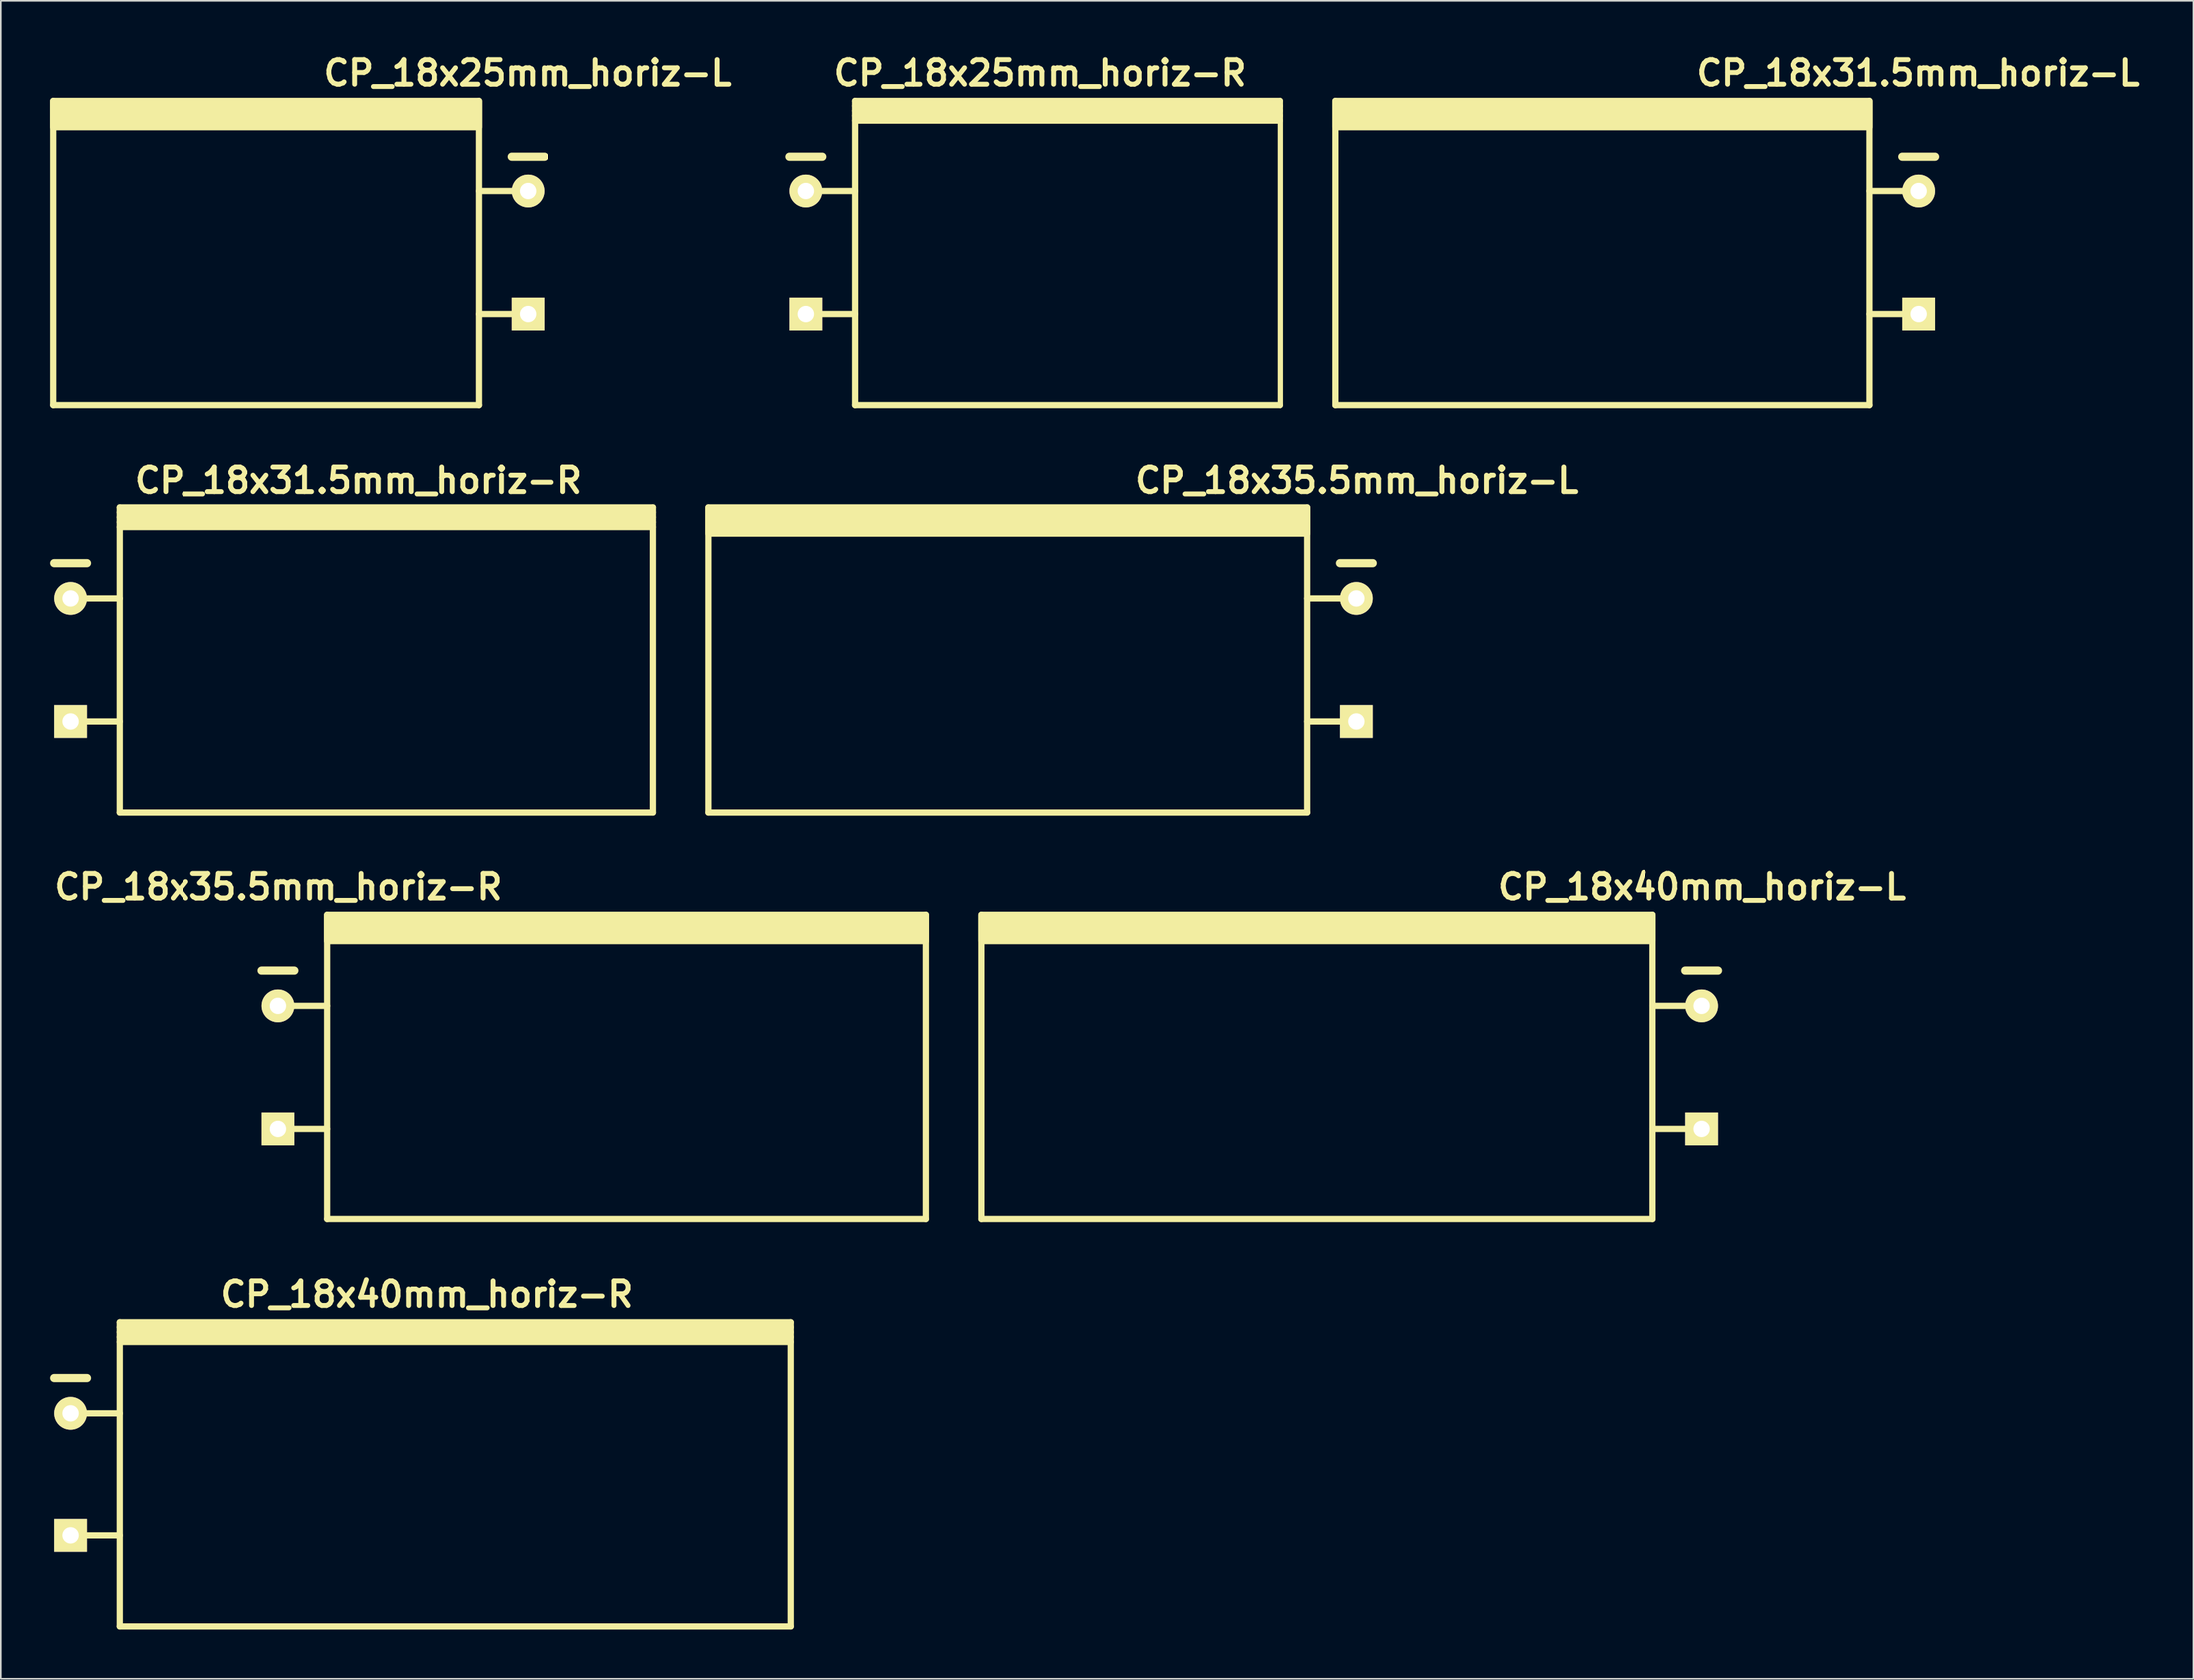
<source format=kicad_pcb>
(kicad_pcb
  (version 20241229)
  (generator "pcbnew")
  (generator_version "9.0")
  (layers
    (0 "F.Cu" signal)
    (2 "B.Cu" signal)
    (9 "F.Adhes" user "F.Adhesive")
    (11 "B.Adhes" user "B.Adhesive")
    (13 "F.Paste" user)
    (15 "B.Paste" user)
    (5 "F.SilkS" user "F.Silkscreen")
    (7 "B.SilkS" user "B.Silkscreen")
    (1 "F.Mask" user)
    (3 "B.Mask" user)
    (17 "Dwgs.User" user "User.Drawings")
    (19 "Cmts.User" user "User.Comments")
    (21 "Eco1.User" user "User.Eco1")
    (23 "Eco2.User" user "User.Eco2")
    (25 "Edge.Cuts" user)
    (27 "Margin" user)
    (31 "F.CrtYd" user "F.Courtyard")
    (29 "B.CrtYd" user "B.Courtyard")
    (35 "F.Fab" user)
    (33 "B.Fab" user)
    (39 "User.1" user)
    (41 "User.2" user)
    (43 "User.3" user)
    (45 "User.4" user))
  (footprint "CP_18x31.5mm_horiz-L"
    (layer "F.Cu")
    (at 114.15 12.404)
    (property "Reference" "CP_18x31.5mm_horiz-L" (at 0 -11 0) (layer "F.SilkS") (effects (font (size 1.5 1.5) (thickness 0.3))))
    (attr through_hole)
    (fp_line (start -35.6 9.3) (end -35.6 -9.3) (stroke (width 0.381) (type solid)) (layer "F.SilkS"))
    (fp_line (start -3 -9.3) (end -3 9.3) (stroke (width 0.381) (type solid)) (layer "F.SilkS"))
    (fp_line (start -3 -3.75) (end 0 -3.75) (stroke (width 0.381) (type solid)) (layer "F.SilkS"))
    (fp_line (start -3 3.75) (end 0 3.75) (stroke (width 0.381) (type solid)) (layer "F.SilkS"))
    (fp_line (start -3 9.3) (end -35.6 9.3) (stroke (width 0.381) (type solid)) (layer "F.SilkS"))
    (fp_line (start -1 -5.9) (end 1 -5.9) (stroke (width 0.5) (type solid)) (layer "F.SilkS"))
    (fp_poly (pts (xy -3 -7.7) (xy -35.6 -7.7) (xy -35.6 -9.3) (xy -3 -9.3)) (stroke (width 0.381) (type solid)) (fill yes) (layer "F.SilkS"))
    (pad "1" thru_hole rect (at 0 3.75) (size 2 2) (drill 1) (layers "*.Cu" "*.Mask" "F.SilkS"))
    (pad "2" thru_hole circle (at 0 -3.75) (size 2 2) (drill 1) (layers "*.Cu" "*.Mask" "F.SilkS")))
  (footprint "CP_18x40mm_horiz-L"
    (layer "F.Cu")
    (at 100.924 62.193)
    (property "Reference" "CP_18x40mm_horiz-L" (at 0 -11 0) (layer "F.SilkS") (effects (font (size 1.5 1.5) (thickness 0.3))))
    (attr through_hole)
    (fp_line (start -44 9.3) (end -44 -9.3) (stroke (width 0.381) (type solid)) (layer "F.SilkS"))
    (fp_line (start -3 -9.3) (end -3 9.3) (stroke (width 0.381) (type solid)) (layer "F.SilkS"))
    (fp_line (start -3 -3.75) (end 0 -3.75) (stroke (width 0.381) (type solid)) (layer "F.SilkS"))
    (fp_line (start -3 3.75) (end 0 3.75) (stroke (width 0.381) (type solid)) (layer "F.SilkS"))
    (fp_line (start -3 9.3) (end -44 9.3) (stroke (width 0.381) (type solid)) (layer "F.SilkS"))
    (fp_line (start -1 -5.9) (end 1 -5.9) (stroke (width 0.5) (type solid)) (layer "F.SilkS"))
    (fp_poly (pts (xy -3 -7.7) (xy -44 -7.7) (xy -44 -9.3) (xy -3 -9.3)) (stroke (width 0.381) (type solid)) (fill yes) (layer "F.SilkS"))
    (pad "1" thru_hole rect (at 0 3.75) (size 2 2) (drill 1) (layers "*.Cu" "*.Mask" "F.SilkS"))
    (pad "2" thru_hole circle (at 0 -3.75) (size 2 2) (drill 1) (layers "*.Cu" "*.Mask" "F.SilkS")))
  (footprint "CP_18x40mm_horiz-R"
    (layer "F.Cu")
    (at 23.05 87.088)
    (property "Reference" "CP_18x40mm_horiz-R" (at 0 -11 0) (layer "F.SilkS") (effects (font (size 1.5 1.5) (thickness 0.3))))
    (attr through_hole)
    (fp_line (start -22.8 -5.9) (end -20.8 -5.9) (stroke (width 0.5) (type solid)) (layer "F.SilkS"))
    (fp_line (start -21.8 -3.75) (end -18.8 -3.75) (stroke (width 0.381) (type solid)) (layer "F.SilkS"))
    (fp_line (start -21.8 3.75) (end -18.8 3.75) (stroke (width 0.381) (type solid)) (layer "F.SilkS"))
    (fp_line (start -18.8 -9) (end 22.2 -9) (stroke (width 0.381) (type solid)) (layer "F.SilkS"))
    (fp_line (start -18.8 -8.7) (end 22.2 -8.7) (stroke (width 0.381) (type solid)) (layer "F.SilkS"))
    (fp_line (start -18.8 -8.4) (end 22.2 -8.4) (stroke (width 0.381) (type solid)) (layer "F.SilkS"))
    (fp_line (start -18.8 -8.1) (end 22.2 -8.1) (stroke (width 0.381) (type solid)) (layer "F.SilkS"))
    (fp_line (start -18.8 9.3) (end -18.8 -9.3) (stroke (width 0.381) (type solid)) (layer "F.SilkS"))
    (fp_line (start 22.2 -9.3) (end -18.8 -9.3) (stroke (width 0.381) (type solid)) (layer "F.SilkS"))
    (fp_line (start 22.2 -9.3) (end 22.2 9.3) (stroke (width 0.381) (type solid)) (layer "F.SilkS"))
    (fp_line (start 22.2 9.3) (end -18.8 9.3) (stroke (width 0.381) (type solid)) (layer "F.SilkS"))
    (pad "1" thru_hole rect (at -21.8 3.75) (size 2 2) (drill 1) (layers "*.Cu" "*.Mask" "F.SilkS"))
    (pad "2" thru_hole circle (at -21.8 -3.75) (size 2 2) (drill 1) (layers "*.Cu" "*.Mask" "F.SilkS")))
  (footprint "CP_18x25mm_horiz-L"
    (layer "F.Cu")
    (at 29.191 12.404)
    (property "Reference" "CP_18x25mm_horiz-L" (at 0 -11 0) (layer "F.SilkS") (effects (font (size 1.5 1.5) (thickness 0.3))))
    (attr through_hole)
    (fp_line (start -29 9.3) (end -29 -9.3) (stroke (width 0.381) (type solid)) (layer "F.SilkS"))
    (fp_line (start -3 -9.3) (end -3 9.3) (stroke (width 0.381) (type solid)) (layer "F.SilkS"))
    (fp_line (start -3 -3.75) (end 0 -3.75) (stroke (width 0.381) (type solid)) (layer "F.SilkS"))
    (fp_line (start -3 3.75) (end 0 3.75) (stroke (width 0.381) (type solid)) (layer "F.SilkS"))
    (fp_line (start -3 9.3) (end -29 9.3) (stroke (width 0.381) (type solid)) (layer "F.SilkS"))
    (fp_line (start -1 -5.9) (end 1 -5.9) (stroke (width 0.5) (type solid)) (layer "F.SilkS"))
    (fp_poly (pts (xy -3 -7.7) (xy -29 -7.7) (xy -29 -9.3) (xy -3 -9.3)) (stroke (width 0.381) (type solid)) (fill yes) (layer "F.SilkS"))
    (pad "1" thru_hole rect (at 0 3.75) (size 2 2) (drill 1) (layers "*.Cu" "*.Mask" "F.SilkS"))
    (pad "2" thru_hole circle (at 0 -3.75) (size 2 2) (drill 1) (layers "*.Cu" "*.Mask" "F.SilkS")))
  (footprint "CP_18x31.5mm_horiz-R"
    (layer "F.Cu")
    (at 18.85 37.298)
    (property "Reference" "CP_18x31.5mm_horiz-R" (at 0 -11 0) (layer "F.SilkS") (effects (font (size 1.5 1.5) (thickness 0.3))))
    (attr through_hole)
    (fp_line (start -18.6 -5.9) (end -16.6 -5.9) (stroke (width 0.5) (type solid)) (layer "F.SilkS"))
    (fp_line (start -17.6 -3.75) (end -14.6 -3.75) (stroke (width 0.381) (type solid)) (layer "F.SilkS"))
    (fp_line (start -17.6 3.75) (end -14.6 3.75) (stroke (width 0.381) (type solid)) (layer "F.SilkS"))
    (fp_line (start -14.6 -9) (end 18 -9) (stroke (width 0.381) (type solid)) (layer "F.SilkS"))
    (fp_line (start -14.6 -8.7) (end 18 -8.7) (stroke (width 0.381) (type solid)) (layer "F.SilkS"))
    (fp_line (start -14.6 -8.4) (end 18 -8.4) (stroke (width 0.381) (type solid)) (layer "F.SilkS"))
    (fp_line (start -14.6 -8.1) (end 18 -8.1) (stroke (width 0.381) (type solid)) (layer "F.SilkS"))
    (fp_line (start -14.6 9.3) (end -14.6 -9.3) (stroke (width 0.381) (type solid)) (layer "F.SilkS"))
    (fp_line (start 18 -9.3) (end -14.6 -9.3) (stroke (width 0.381) (type solid)) (layer "F.SilkS"))
    (fp_line (start 18 -9.3) (end 18 9.3) (stroke (width 0.381) (type solid)) (layer "F.SilkS"))
    (fp_line (start 18 9.3) (end -14.6 9.3) (stroke (width 0.381) (type solid)) (layer "F.SilkS"))
    (pad "1" thru_hole rect (at -17.6 3.75) (size 2 2) (drill 1) (layers "*.Cu" "*.Mask" "F.SilkS"))
    (pad "2" thru_hole circle (at -17.6 -3.75) (size 2 2) (drill 1) (layers "*.Cu" "*.Mask" "F.SilkS")))
  (footprint "CP_18x25mm_horiz-R"
    (layer "F.Cu")
    (at 60.469 12.404)
    (property "Reference" "CP_18x25mm_horiz-R" (at 0 -11 0) (layer "F.SilkS") (effects (font (size 1.5 1.5) (thickness 0.3))))
    (attr through_hole)
    (fp_line (start -15.3 -5.9) (end -13.3 -5.9) (stroke (width 0.5) (type solid)) (layer "F.SilkS"))
    (fp_line (start -14.3 -3.75) (end -11.3 -3.75) (stroke (width 0.381) (type solid)) (layer "F.SilkS"))
    (fp_line (start -14.3 3.75) (end -11.3 3.75) (stroke (width 0.381) (type solid)) (layer "F.SilkS"))
    (fp_line (start -11.3 -9) (end 14.7 -9) (stroke (width 0.381) (type solid)) (layer "F.SilkS"))
    (fp_line (start -11.3 -8.7) (end 14.7 -8.7) (stroke (width 0.381) (type solid)) (layer "F.SilkS"))
    (fp_line (start -11.3 -8.4) (end 14.7 -8.4) (stroke (width 0.381) (type solid)) (layer "F.SilkS"))
    (fp_line (start -11.3 -8.1) (end 14.7 -8.1) (stroke (width 0.381) (type solid)) (layer "F.SilkS"))
    (fp_line (start -11.3 9.3) (end -11.3 -9.3) (stroke (width 0.381) (type solid)) (layer "F.SilkS"))
    (fp_line (start 14.7 -9.3) (end -11.3 -9.3) (stroke (width 0.381) (type solid)) (layer "F.SilkS"))
    (fp_line (start 14.7 -9.3) (end 14.7 9.3) (stroke (width 0.381) (type solid)) (layer "F.SilkS"))
    (fp_line (start 14.7 9.3) (end -11.3 9.3) (stroke (width 0.381) (type solid)) (layer "F.SilkS"))
    (pad "1" thru_hole rect (at -14.3 3.75) (size 2 2) (drill 1) (layers "*.Cu" "*.Mask" "F.SilkS"))
    (pad "2" thru_hole circle (at -14.3 -3.75) (size 2 2) (drill 1) (layers "*.Cu" "*.Mask" "F.SilkS")))
  (footprint "CP_18x35.5mm_horiz-L"
    (layer "F.Cu")
    (at 79.831 37.298)
    (property "Reference" "CP_18x35.5mm_horiz-L" (at 0 -11 0) (layer "F.SilkS") (effects (font (size 1.5 1.5) (thickness 0.3))))
    (attr through_hole)
    (fp_line (start -39.6 9.3) (end -39.6 -9.3) (stroke (width 0.381) (type solid)) (layer "F.SilkS"))
    (fp_line (start -3 -9.3) (end -3 9.3) (stroke (width 0.381) (type solid)) (layer "F.SilkS"))
    (fp_line (start -3 -3.75) (end 0 -3.75) (stroke (width 0.381) (type solid)) (layer "F.SilkS"))
    (fp_line (start -3 3.75) (end 0 3.75) (stroke (width 0.381) (type solid)) (layer "F.SilkS"))
    (fp_line (start -3 9.3) (end -39.6 9.3) (stroke (width 0.381) (type solid)) (layer "F.SilkS"))
    (fp_line (start -1 -5.9) (end 1 -5.9) (stroke (width 0.5) (type solid)) (layer "F.SilkS"))
    (fp_poly (pts (xy -3 -7.7) (xy -39.6 -7.7) (xy -39.6 -9.3) (xy -3 -9.3)) (stroke (width 0.381) (type solid)) (fill yes) (layer "F.SilkS"))
    (pad "1" thru_hole rect (at 0 3.75) (size 2 2) (drill 1) (layers "*.Cu" "*.Mask" "F.SilkS"))
    (pad "2" thru_hole circle (at 0 -3.75) (size 2 2) (drill 1) (layers "*.Cu" "*.Mask" "F.SilkS")))
  (footprint "CP_18x35.5mm_horiz-R"
    (layer "F.Cu")
    (at 13.943 62.193)
    (property "Reference" "CP_18x35.5mm_horiz-R" (at 0 -11 0) (layer "F.SilkS") (effects (font (size 1.5 1.5) (thickness 0.3))))
    (attr through_hole)
    (fp_line (start -1 -5.9) (end 1 -5.9) (stroke (width 0.5) (type solid)) (layer "F.SilkS"))
    (fp_line (start 0 -3.75) (end 3 -3.75) (stroke (width 0.381) (type solid)) (layer "F.SilkS"))
    (fp_line (start 0 3.75) (end 3 3.75) (stroke (width 0.381) (type solid)) (layer "F.SilkS"))
    (fp_line (start 3 9.3) (end 3 -9.3) (stroke (width 0.381) (type solid)) (layer "F.SilkS"))
    (fp_line (start 39.6 -9.3) (end 39.6 9.3) (stroke (width 0.381) (type solid)) (layer "F.SilkS"))
    (fp_line (start 39.6 9.3) (end 3 9.3) (stroke (width 0.381) (type solid)) (layer "F.SilkS"))
    (fp_poly (pts (xy 39.6 -7.7) (xy 3 -7.7) (xy 3 -9.3) (xy 39.6 -9.3)) (stroke (width 0.381) (type solid)) (fill yes) (layer "F.SilkS"))
    (pad "1" thru_hole rect (at 0 3.75) (size 2 2) (drill 1) (layers "*.Cu" "*.Mask" "F.SilkS"))
    (pad "2" thru_hole circle (at 0 -3.75) (size 2 2) (drill 1) (layers "*.Cu" "*.Mask" "F.SilkS")))
  (gr_rect
    (start -3 -3)
    (end 130.95 99.578)
    (stroke (width 0.1) (type default))
    (fill no)
    (layer "Edge.Cuts")))
</source>
